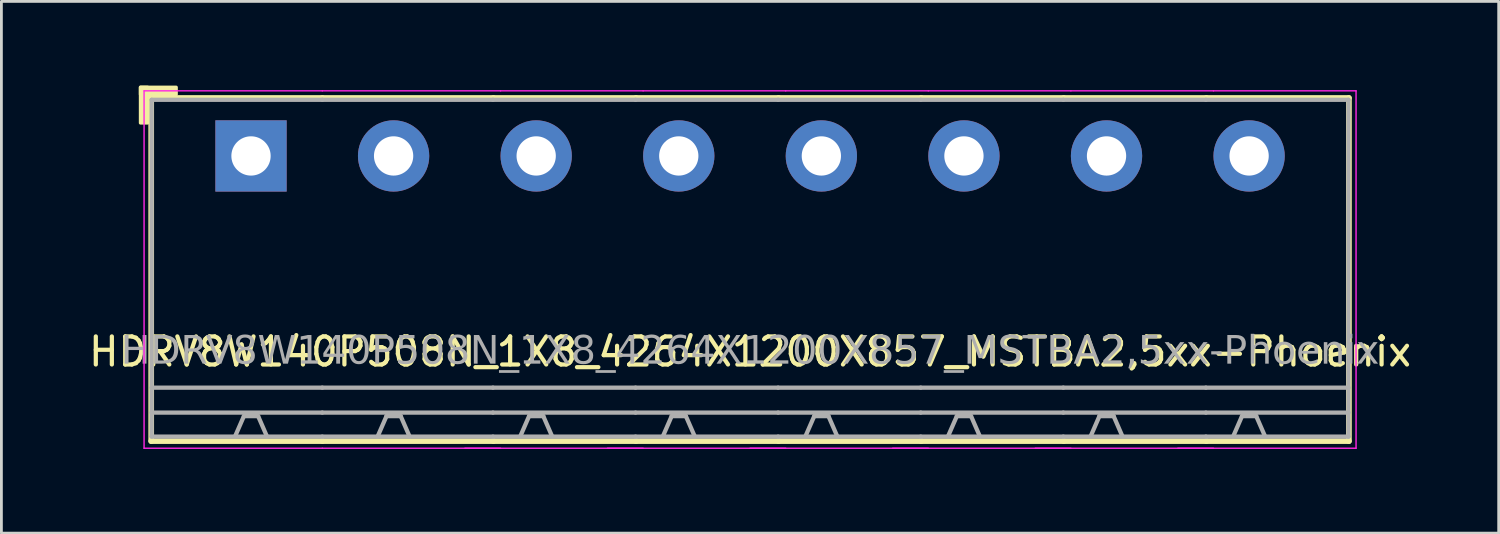
<source format=kicad_pcb>
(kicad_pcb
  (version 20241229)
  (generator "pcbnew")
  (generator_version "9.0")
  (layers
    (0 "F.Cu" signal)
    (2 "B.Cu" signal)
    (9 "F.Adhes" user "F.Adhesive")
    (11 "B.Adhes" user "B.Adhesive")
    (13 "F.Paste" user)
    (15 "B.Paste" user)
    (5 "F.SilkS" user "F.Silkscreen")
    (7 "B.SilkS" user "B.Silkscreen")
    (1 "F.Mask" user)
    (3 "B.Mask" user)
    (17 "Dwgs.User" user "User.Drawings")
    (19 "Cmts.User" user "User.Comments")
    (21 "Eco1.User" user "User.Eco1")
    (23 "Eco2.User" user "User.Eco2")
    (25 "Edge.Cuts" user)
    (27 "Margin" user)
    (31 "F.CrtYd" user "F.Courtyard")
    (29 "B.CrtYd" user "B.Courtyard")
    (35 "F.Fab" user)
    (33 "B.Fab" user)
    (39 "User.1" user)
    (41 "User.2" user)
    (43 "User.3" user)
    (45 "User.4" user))
  (footprint "HDRV8W140P508N_1X8_4264X1200X857_MSTBA2,5xx-Phoenix"
    (layer "F.Cu")
    (at 23.673 2.506)
    (property "Reference" "HDRV8W140P508N_1X8_4264X1200X857_MSTBA2,5xx-Phoenix" (at 0 6.975 0) (layer "F.SilkS") (effects (font (size 1 1) (thickness 0.15))))
    (attr through_hole)
    (fp_line (start -21.336 -2.065) (end -21.336 10.16) (stroke (width 0.203) (type solid)) (layer "F.SilkS"))
    (fp_line (start -21.336 10.16) (end -15.24 10.16) (stroke (width 0.203) (type solid)) (layer "F.SilkS"))
    (fp_line (start -15.24 -2.065) (end -21.336 -2.065) (stroke (width 0.203) (type solid)) (layer "F.SilkS"))
    (fp_line (start -15.24 -2.065) (end -9.144 -2.065) (stroke (width 0.203) (type solid)) (layer "F.SilkS"))
    (fp_line (start -9.144 -2.065) (end -4.064 -2.065) (stroke (width 0.203) (type solid)) (layer "F.SilkS"))
    (fp_line (start -9.144 10.16) (end -15.24 10.16) (stroke (width 0.203) (type solid)) (layer "F.SilkS"))
    (fp_line (start -4.064 -2.065) (end 1.016 -2.065) (stroke (width 0.203) (type solid)) (layer "F.SilkS"))
    (fp_line (start -4.064 10.16) (end -9.144 10.16) (stroke (width 0.203) (type solid)) (layer "F.SilkS"))
    (fp_line (start 1.016 -2.065) (end 6.096 -2.065) (stroke (width 0.203) (type solid)) (layer "F.SilkS"))
    (fp_line (start 1.016 10.16) (end -4.064 10.16) (stroke (width 0.203) (type solid)) (layer "F.SilkS"))
    (fp_line (start 6.096 -2.065) (end 11.176 -2.065) (stroke (width 0.203) (type solid)) (layer "F.SilkS"))
    (fp_line (start 6.096 10.16) (end 1.016 10.16) (stroke (width 0.203) (type solid)) (layer "F.SilkS"))
    (fp_line (start 11.176 -2.065) (end 16.256 -2.065) (stroke (width 0.203) (type solid)) (layer "F.SilkS"))
    (fp_line (start 11.176 10.16) (end 6.096 10.16) (stroke (width 0.203) (type solid)) (layer "F.SilkS"))
    (fp_line (start 16.256 -2.065) (end 21.336 -2.065) (stroke (width 0.203) (type solid)) (layer "F.SilkS"))
    (fp_line (start 16.256 10.16) (end 11.176 10.16) (stroke (width 0.203) (type solid)) (layer "F.SilkS"))
    (fp_line (start 21.336 -2.065) (end 21.336 10.16) (stroke (width 0.203) (type solid)) (layer "F.SilkS"))
    (fp_line (start 21.336 10.16) (end 16.256 10.16) (stroke (width 0.203) (type solid)) (layer "F.SilkS"))
    (fp_rect (start -21.717 -2.446) (end -21.463 -1.176) (stroke (width 0.12) (type solid)) (fill yes) (layer "F.SilkS"))
    (fp_rect (start -21.717 -2.446) (end -20.447 -2.192) (stroke (width 0.12) (type solid)) (fill yes) (layer "F.SilkS"))
    (fp_line (start -21.59 10.414) (end -21.59 -2.319) (stroke (width 0.05) (type solid)) (layer "F.CrtYd"))
    (fp_line (start -15.24 -2.319) (end -21.59 -2.319) (stroke (width 0.05) (type solid)) (layer "F.CrtYd"))
    (fp_line (start -15.24 -2.319) (end -8.89 -2.319) (stroke (width 0.05) (type solid)) (layer "F.CrtYd"))
    (fp_line (start -15.24 10.414) (end -21.59 10.414) (stroke (width 0.05) (type solid)) (layer "F.CrtYd"))
    (fp_line (start -15.24 10.414) (end -8.89 10.414) (stroke (width 0.05) (type solid)) (layer "F.CrtYd"))
    (fp_line (start -10.16 10.414) (end -3.81 10.414) (stroke (width 0.05) (type solid)) (layer "F.CrtYd"))
    (fp_line (start -8.89 -2.319) (end -3.81 -2.319) (stroke (width 0.05) (type solid)) (layer "F.CrtYd"))
    (fp_line (start -5.08 10.414) (end 1.27 10.414) (stroke (width 0.05) (type solid)) (layer "F.CrtYd"))
    (fp_line (start -3.81 -2.319) (end 1.27 -2.319) (stroke (width 0.05) (type solid)) (layer "F.CrtYd"))
    (fp_line (start 0 10.414) (end 6.35 10.414) (stroke (width 0.05) (type solid)) (layer "F.CrtYd"))
    (fp_line (start 1.27 -2.319) (end 6.35 -2.319) (stroke (width 0.05) (type solid)) (layer "F.CrtYd"))
    (fp_line (start 5.08 10.414) (end 11.43 10.414) (stroke (width 0.05) (type solid)) (layer "F.CrtYd"))
    (fp_line (start 6.35 -2.319) (end 11.43 -2.319) (stroke (width 0.05) (type solid)) (layer "F.CrtYd"))
    (fp_line (start 10.16 10.414) (end 16.51 10.414) (stroke (width 0.05) (type solid)) (layer "F.CrtYd"))
    (fp_line (start 11.43 -2.319) (end 16.51 -2.319) (stroke (width 0.05) (type solid)) (layer "F.CrtYd"))
    (fp_line (start 15.24 10.414) (end 21.59 10.414) (stroke (width 0.05) (type solid)) (layer "F.CrtYd"))
    (fp_line (start 16.51 -2.319) (end 21.59 -2.319) (stroke (width 0.05) (type solid)) (layer "F.CrtYd"))
    (fp_line (start 21.59 10.414) (end 21.59 -2.319) (stroke (width 0.05) (type solid)) (layer "F.CrtYd"))
    (fp_line (start -21.32 -2) (end -21.32 10) (stroke (width 0.152) (type solid)) (layer "F.Fab"))
    (fp_line (start -18.034 9.271) (end -18.352 10) (stroke (width 0.152) (type default)) (layer "F.Fab"))
    (fp_line (start -17.526 9.271) (end -18.034 9.271) (stroke (width 0.152) (type default)) (layer "F.Fab"))
    (fp_line (start -17.526 9.271) (end -17.209 10) (stroke (width 0.152) (type default)) (layer "F.Fab"))
    (fp_line (start -15.24 -2) (end -21.32 -2) (stroke (width 0.152) (type solid)) (layer "F.Fab"))
    (fp_line (start -15.24 -2) (end -9.16 -2) (stroke (width 0.152) (type solid)) (layer "F.Fab"))
    (fp_line (start -15.24 8.255) (end -21.32 8.255) (stroke (width 0.152) (type solid)) (layer "F.Fab"))
    (fp_line (start -15.24 8.255) (end -9.16 8.255) (stroke (width 0.152) (type solid)) (layer "F.Fab"))
    (fp_line (start -15.24 9.144) (end -21.32 9.144) (stroke (width 0.152) (type solid)) (layer "F.Fab"))
    (fp_line (start -15.24 9.144) (end -9.16 9.144) (stroke (width 0.152) (type solid)) (layer "F.Fab"))
    (fp_line (start -15.24 10) (end -21.32 10) (stroke (width 0.152) (type solid)) (layer "F.Fab"))
    (fp_line (start -15.24 10) (end -9.16 10) (stroke (width 0.152) (type solid)) (layer "F.Fab"))
    (fp_line (start -12.954 9.271) (end -13.271 10) (stroke (width 0.152) (type default)) (layer "F.Fab"))
    (fp_line (start -12.446 9.271) (end -12.954 9.271) (stroke (width 0.152) (type default)) (layer "F.Fab"))
    (fp_line (start -12.446 9.271) (end -12.129 10) (stroke (width 0.152) (type default)) (layer "F.Fab"))
    (fp_line (start -9.16 -2) (end -4.08 -2) (stroke (width 0.152) (type solid)) (layer "F.Fab"))
    (fp_line (start -9.16 8.255) (end -4.08 8.255) (stroke (width 0.152) (type solid)) (layer "F.Fab"))
    (fp_line (start -9.16 9.144) (end -4.08 9.144) (stroke (width 0.152) (type solid)) (layer "F.Fab"))
    (fp_line (start -9.16 10) (end -4.08 10) (stroke (width 0.152) (type solid)) (layer "F.Fab"))
    (fp_line (start -7.874 9.271) (end -8.191 10) (stroke (width 0.152) (type default)) (layer "F.Fab"))
    (fp_line (start -7.366 9.271) (end -7.874 9.271) (stroke (width 0.152) (type default)) (layer "F.Fab"))
    (fp_line (start -7.366 9.271) (end -7.048 10) (stroke (width 0.152) (type default)) (layer "F.Fab"))
    (fp_line (start -4.08 -2) (end 1 -2) (stroke (width 0.152) (type solid)) (layer "F.Fab"))
    (fp_line (start -4.08 8.255) (end 1 8.255) (stroke (width 0.152) (type solid)) (layer "F.Fab"))
    (fp_line (start -4.08 9.144) (end 1 9.144) (stroke (width 0.152) (type solid)) (layer "F.Fab"))
    (fp_line (start -4.08 10) (end 1 10) (stroke (width 0.152) (type solid)) (layer "F.Fab"))
    (fp_line (start -2.794 9.271) (end -3.111 10) (stroke (width 0.152) (type default)) (layer "F.Fab"))
    (fp_line (start -2.286 9.271) (end -2.794 9.271) (stroke (width 0.152) (type default)) (layer "F.Fab"))
    (fp_line (start -2.286 9.271) (end -1.968 10) (stroke (width 0.152) (type default)) (layer "F.Fab"))
    (fp_line (start 1 -2) (end 6.08 -2) (stroke (width 0.152) (type solid)) (layer "F.Fab"))
    (fp_line (start 1 8.255) (end 6.08 8.255) (stroke (width 0.152) (type solid)) (layer "F.Fab"))
    (fp_line (start 1 9.144) (end 6.08 9.144) (stroke (width 0.152) (type solid)) (layer "F.Fab"))
    (fp_line (start 1 10) (end 6.08 10) (stroke (width 0.152) (type solid)) (layer "F.Fab"))
    (fp_line (start 2.286 9.271) (end 1.968 10) (stroke (width 0.152) (type default)) (layer "F.Fab"))
    (fp_line (start 2.794 9.271) (end 2.286 9.271) (stroke (width 0.152) (type default)) (layer "F.Fab"))
    (fp_line (start 2.794 9.271) (end 3.111 10) (stroke (width 0.152) (type default)) (layer "F.Fab"))
    (fp_line (start 6.08 -2) (end 11.16 -2) (stroke (width 0.152) (type solid)) (layer "F.Fab"))
    (fp_line (start 6.08 8.255) (end 11.16 8.255) (stroke (width 0.152) (type solid)) (layer "F.Fab"))
    (fp_line (start 6.08 9.144) (end 11.16 9.144) (stroke (width 0.152) (type solid)) (layer "F.Fab"))
    (fp_line (start 6.08 10) (end 11.16 10) (stroke (width 0.152) (type solid)) (layer "F.Fab"))
    (fp_line (start 7.366 9.271) (end 7.048 10) (stroke (width 0.152) (type default)) (layer "F.Fab"))
    (fp_line (start 7.874 9.271) (end 7.366 9.271) (stroke (width 0.152) (type default)) (layer "F.Fab"))
    (fp_line (start 7.874 9.271) (end 8.191 10) (stroke (width 0.152) (type default)) (layer "F.Fab"))
    (fp_line (start 11.16 -2) (end 16.24 -2) (stroke (width 0.152) (type solid)) (layer "F.Fab"))
    (fp_line (start 11.16 8.255) (end 16.24 8.255) (stroke (width 0.152) (type solid)) (layer "F.Fab"))
    (fp_line (start 11.16 9.144) (end 16.24 9.144) (stroke (width 0.152) (type solid)) (layer "F.Fab"))
    (fp_line (start 11.16 10) (end 16.24 10) (stroke (width 0.152) (type solid)) (layer "F.Fab"))
    (fp_line (start 12.446 9.271) (end 12.129 10) (stroke (width 0.152) (type default)) (layer "F.Fab"))
    (fp_line (start 12.954 9.271) (end 12.446 9.271) (stroke (width 0.152) (type default)) (layer "F.Fab"))
    (fp_line (start 12.954 9.271) (end 13.271 10) (stroke (width 0.152) (type default)) (layer "F.Fab"))
    (fp_line (start 16.24 -2) (end 21.32 -2) (stroke (width 0.152) (type solid)) (layer "F.Fab"))
    (fp_line (start 16.24 8.255) (end 21.32 8.255) (stroke (width 0.152) (type solid)) (layer "F.Fab"))
    (fp_line (start 16.24 9.144) (end 21.32 9.144) (stroke (width 0.152) (type solid)) (layer "F.Fab"))
    (fp_line (start 16.24 10) (end 21.32 10) (stroke (width 0.152) (type solid)) (layer "F.Fab"))
    (fp_line (start 17.526 9.271) (end 17.209 10) (stroke (width 0.152) (type default)) (layer "F.Fab"))
    (fp_line (start 18.034 9.271) (end 17.526 9.271) (stroke (width 0.152) (type default)) (layer "F.Fab"))
    (fp_line (start 18.034 9.271) (end 18.352 10) (stroke (width 0.152) (type default)) (layer "F.Fab"))
    (fp_line (start 21.32 -2) (end 21.32 10) (stroke (width 0.152) (type solid)) (layer "F.Fab"))
    (fp_rect (start -18.034 -0.254) (end -17.526 0.254) (stroke (width 0.152) (type solid)) (fill no) (layer "F.Fab"))
    (fp_rect (start -12.446 -0.254) (end -12.954 0.254) (stroke (width 0.152) (type solid)) (fill no) (layer "F.Fab"))
    (fp_rect (start -7.366 -0.254) (end -7.874 0.254) (stroke (width 0.152) (type solid)) (fill no) (layer "F.Fab"))
    (fp_rect (start -2.286 -0.254) (end -2.794 0.254) (stroke (width 0.152) (type solid)) (fill no) (layer "F.Fab"))
    (fp_rect (start 2.794 -0.254) (end 2.286 0.254) (stroke (width 0.152) (type solid)) (fill no) (layer "F.Fab"))
    (fp_rect (start 7.874 -0.254) (end 7.366 0.254) (stroke (width 0.152) (type solid)) (fill no) (layer "F.Fab"))
    (fp_rect (start 12.954 -0.254) (end 12.446 0.254) (stroke (width 0.152) (type solid)) (fill no) (layer "F.Fab"))
    (fp_rect (start 18.034 -0.254) (end 17.526 0.254) (stroke (width 0.152) (type solid)) (fill no) (layer "F.Fab"))
    (fp_text user "${REFERENCE}" (at 0 6.985 0) (layer "F.Fab") (effects (font (face "Tahoma") (size 1 1) (thickness 0.15))))
    (pad "1" thru_hole rect (at -17.78 0) (size 2.54 2.54) (drill 1.4) (layers "*.Cu" "*.Mask"))
    (pad "2" thru_hole circle (at -12.7 0) (size 2.54 2.54) (drill 1.4) (layers "*.Cu" "*.Mask"))
    (pad "3" thru_hole circle (at -7.62 0) (size 2.54 2.54) (drill 1.4) (layers "*.Cu" "*.Mask"))
    (pad "4" thru_hole circle (at -2.54 0) (size 2.54 2.54) (drill 1.4) (layers "*.Cu" "*.Mask"))
    (pad "5" thru_hole circle (at 2.54 0) (size 2.54 2.54) (drill 1.4) (layers "*.Cu" "*.Mask"))
    (pad "6" thru_hole circle (at 7.62 0) (size 2.54 2.54) (drill 1.4) (layers "*.Cu" "*.Mask"))
    (pad "7" thru_hole circle (at 12.7 0) (size 2.54 2.54) (drill 1.4) (layers "*.Cu" "*.Mask"))
    (pad "8" thru_hole circle (at 17.78 0) (size 2.54 2.54) (drill 1.4) (layers "*.Cu" "*.Mask")))
  (gr_rect
    (start -3 -3)
    (end 50.345 15.945)
    (stroke (width 0.1) (type default))
    (fill no)
    (layer "Edge.Cuts")))
</source>
